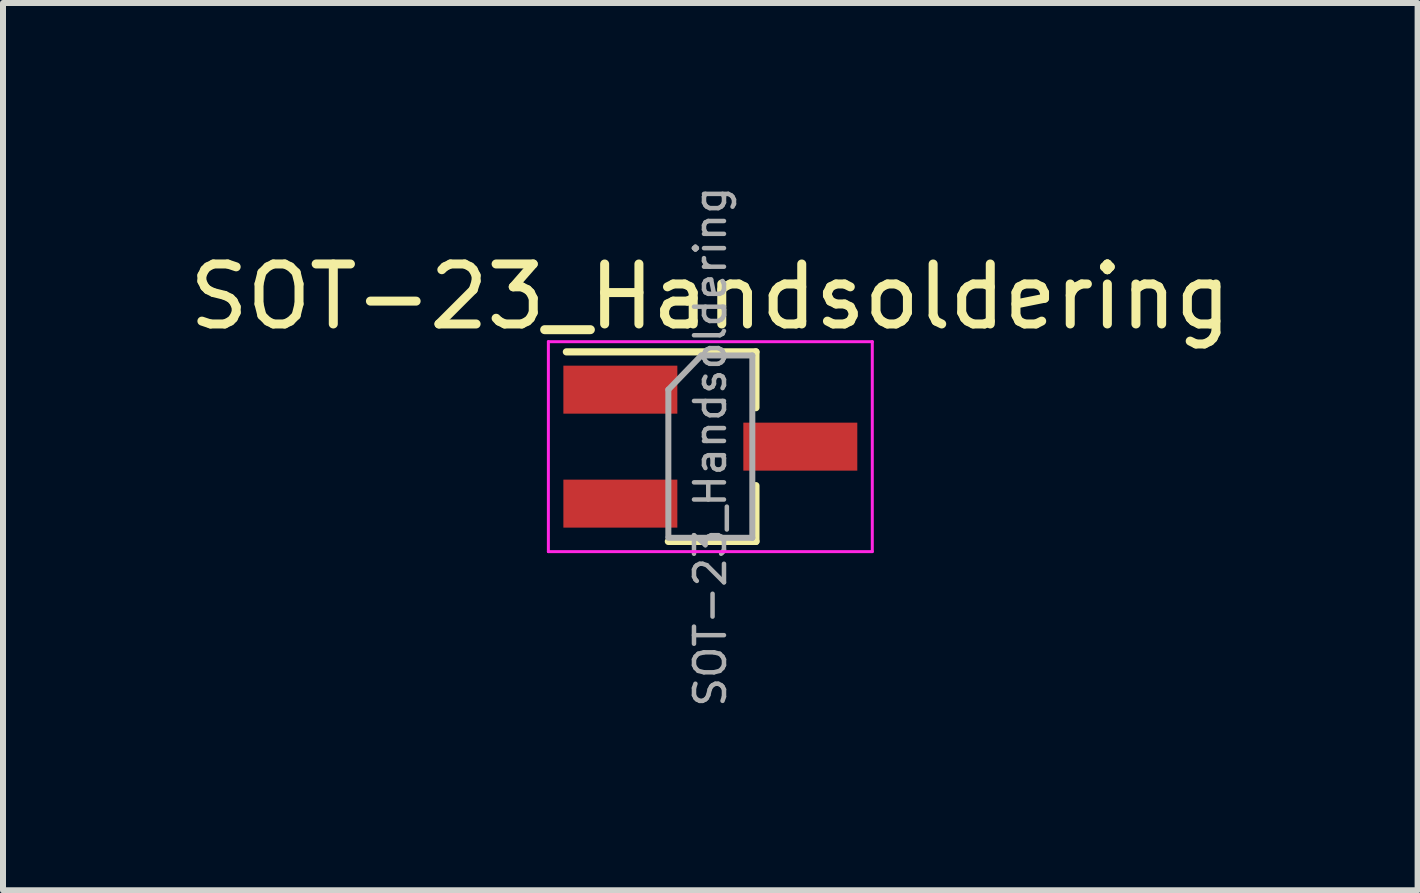
<source format=kicad_pcb>
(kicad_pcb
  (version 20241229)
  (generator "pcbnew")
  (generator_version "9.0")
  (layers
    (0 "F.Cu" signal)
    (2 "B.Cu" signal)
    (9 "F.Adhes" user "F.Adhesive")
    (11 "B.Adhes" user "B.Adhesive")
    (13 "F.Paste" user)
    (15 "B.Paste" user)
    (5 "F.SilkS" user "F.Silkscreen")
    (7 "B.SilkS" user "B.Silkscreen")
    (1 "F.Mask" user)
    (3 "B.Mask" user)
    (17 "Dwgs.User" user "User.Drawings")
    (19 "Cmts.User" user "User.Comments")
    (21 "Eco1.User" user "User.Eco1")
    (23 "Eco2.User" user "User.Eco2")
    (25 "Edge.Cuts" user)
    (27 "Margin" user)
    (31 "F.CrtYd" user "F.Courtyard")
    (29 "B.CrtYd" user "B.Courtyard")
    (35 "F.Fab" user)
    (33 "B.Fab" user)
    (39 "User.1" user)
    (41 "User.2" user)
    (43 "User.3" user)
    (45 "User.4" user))
  (footprint "SOT-23_Handsoldering"
    (layer "F.Cu")
    (at 8.792 4.396)
    (property "Reference" "SOT-23_Handsoldering" (at 0 -2.5 0) (layer "F.SilkS") (effects (font (size 1 1) (thickness 0.15))))
    (attr smd)
    (fp_line (start 0.76 -1.58) (end -2.4 -1.58) (stroke (width 0.12) (type solid)) (layer "F.SilkS"))
    (fp_line (start 0.76 -1.58) (end 0.76 -0.65) (stroke (width 0.12) (type solid)) (layer "F.SilkS"))
    (fp_line (start 0.76 1.58) (end -0.7 1.58) (stroke (width 0.12) (type solid)) (layer "F.SilkS"))
    (fp_line (start 0.76 1.58) (end 0.76 0.65) (stroke (width 0.12) (type solid)) (layer "F.SilkS"))
    (fp_line (start -2.7 -1.75) (end 2.7 -1.75) (stroke (width 0.05) (type solid)) (layer "F.CrtYd"))
    (fp_line (start -2.7 1.75) (end -2.7 -1.75) (stroke (width 0.05) (type solid)) (layer "F.CrtYd"))
    (fp_line (start 2.7 -1.75) (end 2.7 1.75) (stroke (width 0.05) (type solid)) (layer "F.CrtYd"))
    (fp_line (start 2.7 1.75) (end -2.7 1.75) (stroke (width 0.05) (type solid)) (layer "F.CrtYd"))
    (fp_line (start -0.7 -0.95) (end -0.7 1.5) (stroke (width 0.1) (type solid)) (layer "F.Fab"))
    (fp_line (start -0.7 -0.95) (end -0.15 -1.52) (stroke (width 0.1) (type solid)) (layer "F.Fab"))
    (fp_line (start -0.7 1.52) (end 0.7 1.52) (stroke (width 0.1) (type solid)) (layer "F.Fab"))
    (fp_line (start -0.15 -1.52) (end 0.7 -1.52) (stroke (width 0.1) (type solid)) (layer "F.Fab"))
    (fp_line (start 0.7 -1.52) (end 0.7 1.52) (stroke (width 0.1) (type solid)) (layer "F.Fab"))
    (fp_text user "${REFERENCE}" (at 0 0 90) (layer "F.Fab") (effects (font (size 0.5 0.5) (thickness 0.075))))
    (pad "1" smd rect (at -1.5 -0.95) (size 1.9 0.8) (layers "F.Cu" "F.Mask" "F.Paste"))
    (pad "2" smd rect (at 1.5 0) (size 1.9 0.8) (layers "F.Cu" "F.Mask" "F.Paste"))
    (pad "3" smd rect (at -1.5 0.95) (size 1.9 0.8) (layers "F.Cu" "F.Mask" "F.Paste")))
  (gr_rect
    (start -3 -3)
    (end 20.583 11.792)
    (stroke (width 0.1) (type default))
    (fill no)
    (layer "Edge.Cuts")))
</source>
